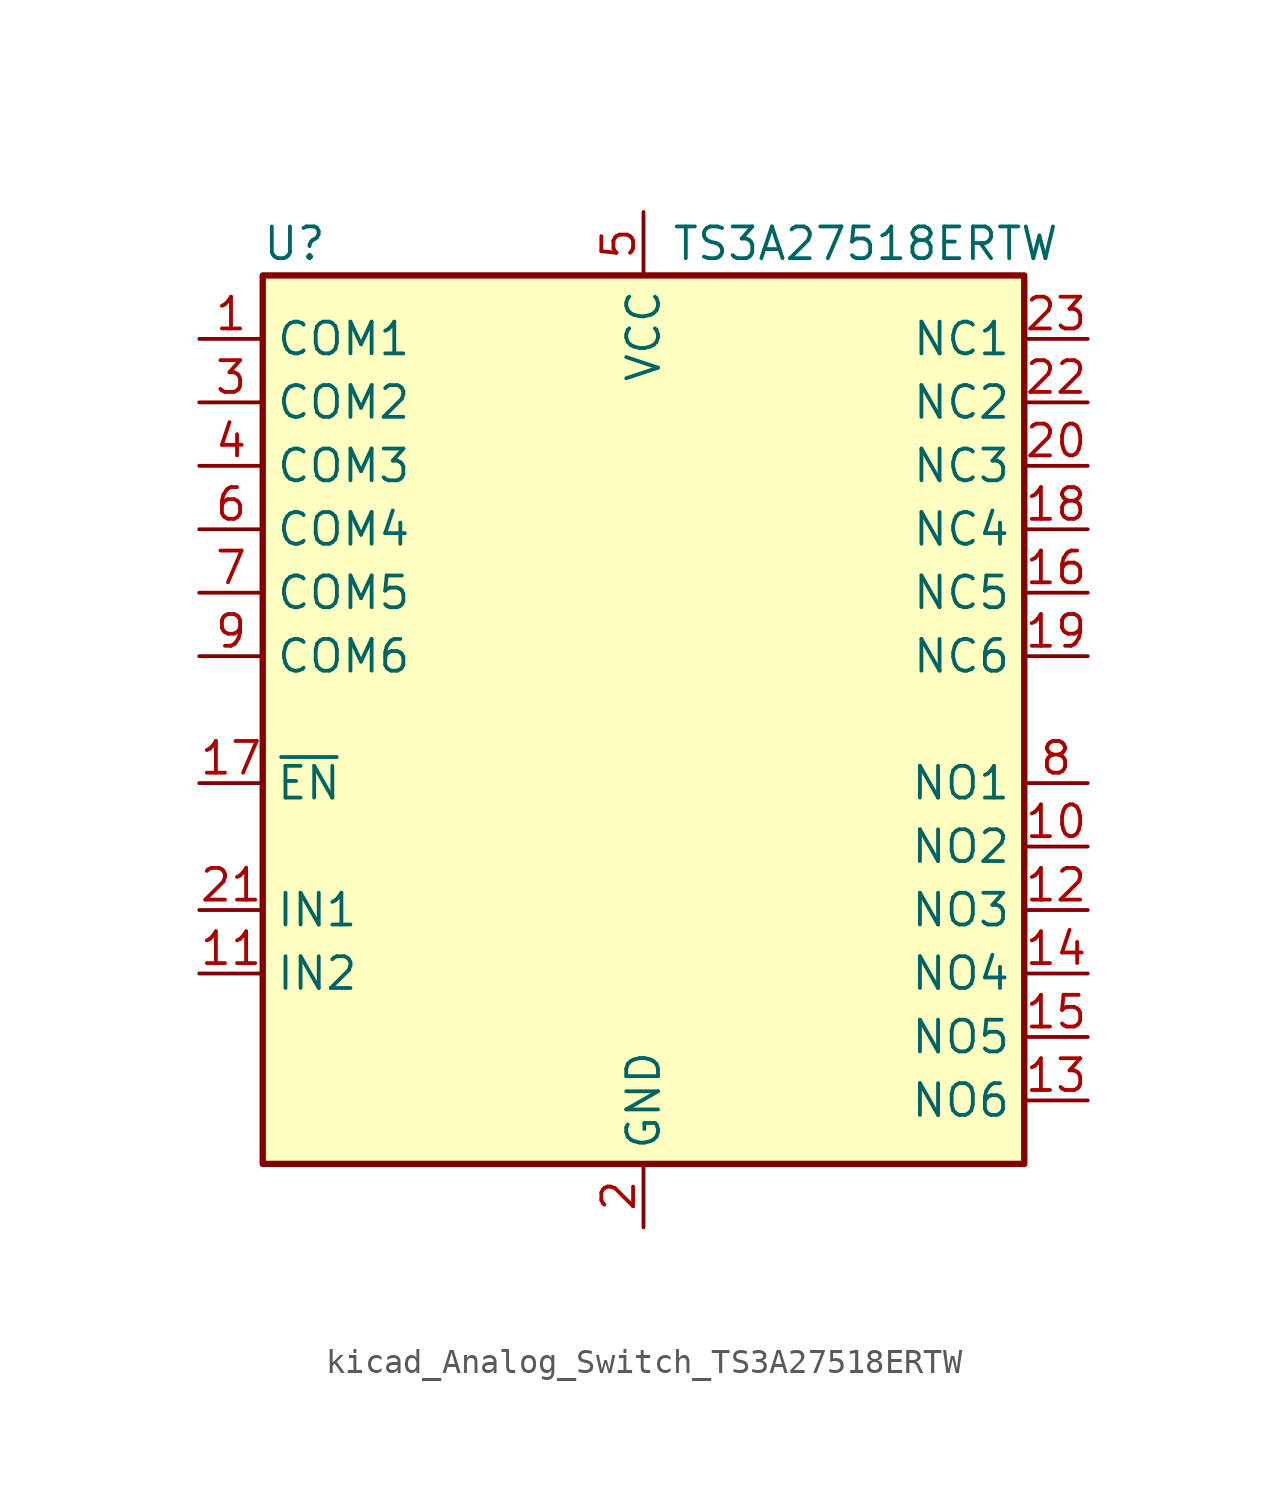
<source format=kicad_sym>
(kicad_symbol_lib
  (version 20220914)
  (generator kicad_symbol_editor)
  (symbol "kicad_Analog_Switch_TS3A27518ERTW"
    (property "Reference" "U"
      (at -13.97 19.05 0)
      (effects (font (size 1.27 1.27))))
    (property "Value" "TS3A27518ERTW"
      (at 8.89 19.05 0)
      (effects (font (size 1.27 1.27))))
    (symbol "kicad_Analog_Switch_TS3A27518ERTW_0_1"
      (rectangle (start 15.24 -17.78) (end -15.24 17.78) (stroke (width 0.254) (type default)) (fill (type background))))
    (symbol "kicad_Analog_Switch_TS3A27518ERTW_1_1"
      (pin bidirectional line (at -17.78 15.24 0) (length 2.54) (name "COM1" (effects (font (size 1.27 1.27)))) (number "1" (effects (font (size 1.27 1.27)))))
      (pin bidirectional line (at 17.78 -5.08 180) (length 2.54) (name "NO2" (effects (font (size 1.27 1.27)))) (number "10" (effects (font (size 1.27 1.27)))))
      (pin input line (at -17.78 -10.16 0) (length 2.54) (name "IN2" (effects (font (size 1.27 1.27)))) (number "11" (effects (font (size 1.27 1.27)))))
      (pin bidirectional line (at 17.78 -7.62 180) (length 2.54) (name "NO3" (effects (font (size 1.27 1.27)))) (number "12" (effects (font (size 1.27 1.27)))))
      (pin bidirectional line (at 17.78 -15.24 180) (length 2.54) (name "NO6" (effects (font (size 1.27 1.27)))) (number "13" (effects (font (size 1.27 1.27)))))
      (pin bidirectional line (at 17.78 -10.16 180) (length 2.54) (name "NO4" (effects (font (size 1.27 1.27)))) (number "14" (effects (font (size 1.27 1.27)))))
      (pin bidirectional line (at 17.78 -12.7 180) (length 2.54) (name "NO5" (effects (font (size 1.27 1.27)))) (number "15" (effects (font (size 1.27 1.27)))))
      (pin bidirectional line (at 17.78 5.08 180) (length 2.54) (name "NC5" (effects (font (size 1.27 1.27)))) (number "16" (effects (font (size 1.27 1.27)))))
      (pin input line (at -17.78 -2.54 0) (length 2.54) (name "~{EN}" (effects (font (size 1.27 1.27)))) (number "17" (effects (font (size 1.27 1.27)))))
      (pin bidirectional line (at 17.78 7.62 180) (length 2.54) (name "NC4" (effects (font (size 1.27 1.27)))) (number "18" (effects (font (size 1.27 1.27)))))
      (pin bidirectional line (at 17.78 2.54 180) (length 2.54) (name "NC6" (effects (font (size 1.27 1.27)))) (number "19" (effects (font (size 1.27 1.27)))))
      (pin power_in line (at 0 -20.32 90) (length 2.54) (name "GND" (effects (font (size 1.27 1.27)))) (number "2" (effects (font (size 1.27 1.27)))))
      (pin bidirectional line (at 17.78 10.16 180) (length 2.54) (name "NC3" (effects (font (size 1.27 1.27)))) (number "20" (effects (font (size 1.27 1.27)))))
      (pin input line (at -17.78 -7.62 0) (length 2.54) (name "IN1" (effects (font (size 1.27 1.27)))) (number "21" (effects (font (size 1.27 1.27)))))
      (pin bidirectional line (at 17.78 12.7 180) (length 2.54) (name "NC2" (effects (font (size 1.27 1.27)))) (number "22" (effects (font (size 1.27 1.27)))))
      (pin bidirectional line (at 17.78 15.24 180) (length 2.54) (name "NC1" (effects (font (size 1.27 1.27)))) (number "23" (effects (font (size 1.27 1.27)))))
      (pin no_connect line (at -15.24 -15.24 0) (length 2.54) hide (name "N.C." (effects (font (size 1.27 1.27)))) (number "24" (effects (font (size 1.27 1.27)))))
      (pin passive line (at 0 -20.32 90) (length 2.54) hide (name "GND" (effects (font (size 1.27 1.27)))) (number "25" (effects (font (size 1.27 1.27)))))
      (pin bidirectional line (at -17.78 12.7 0) (length 2.54) (name "COM2" (effects (font (size 1.27 1.27)))) (number "3" (effects (font (size 1.27 1.27)))))
      (pin bidirectional line (at -17.78 10.16 0) (length 2.54) (name "COM3" (effects (font (size 1.27 1.27)))) (number "4" (effects (font (size 1.27 1.27)))))
      (pin power_in line (at 0 20.32 270) (length 2.54) (name "VCC" (effects (font (size 1.27 1.27)))) (number "5" (effects (font (size 1.27 1.27)))))
      (pin bidirectional line (at -17.78 7.62 0) (length 2.54) (name "COM4" (effects (font (size 1.27 1.27)))) (number "6" (effects (font (size 1.27 1.27)))))
      (pin bidirectional line (at -17.78 5.08 0) (length 2.54) (name "COM5" (effects (font (size 1.27 1.27)))) (number "7" (effects (font (size 1.27 1.27)))))
      (pin bidirectional line (at 17.78 -2.54 180) (length 2.54) (name "NO1" (effects (font (size 1.27 1.27)))) (number "8" (effects (font (size 1.27 1.27)))))
      (pin bidirectional line (at -17.78 2.54 0) (length 2.54) (name "COM6" (effects (font (size 1.27 1.27)))) (number "9" (effects (font (size 1.27 1.27))))))))
</source>
